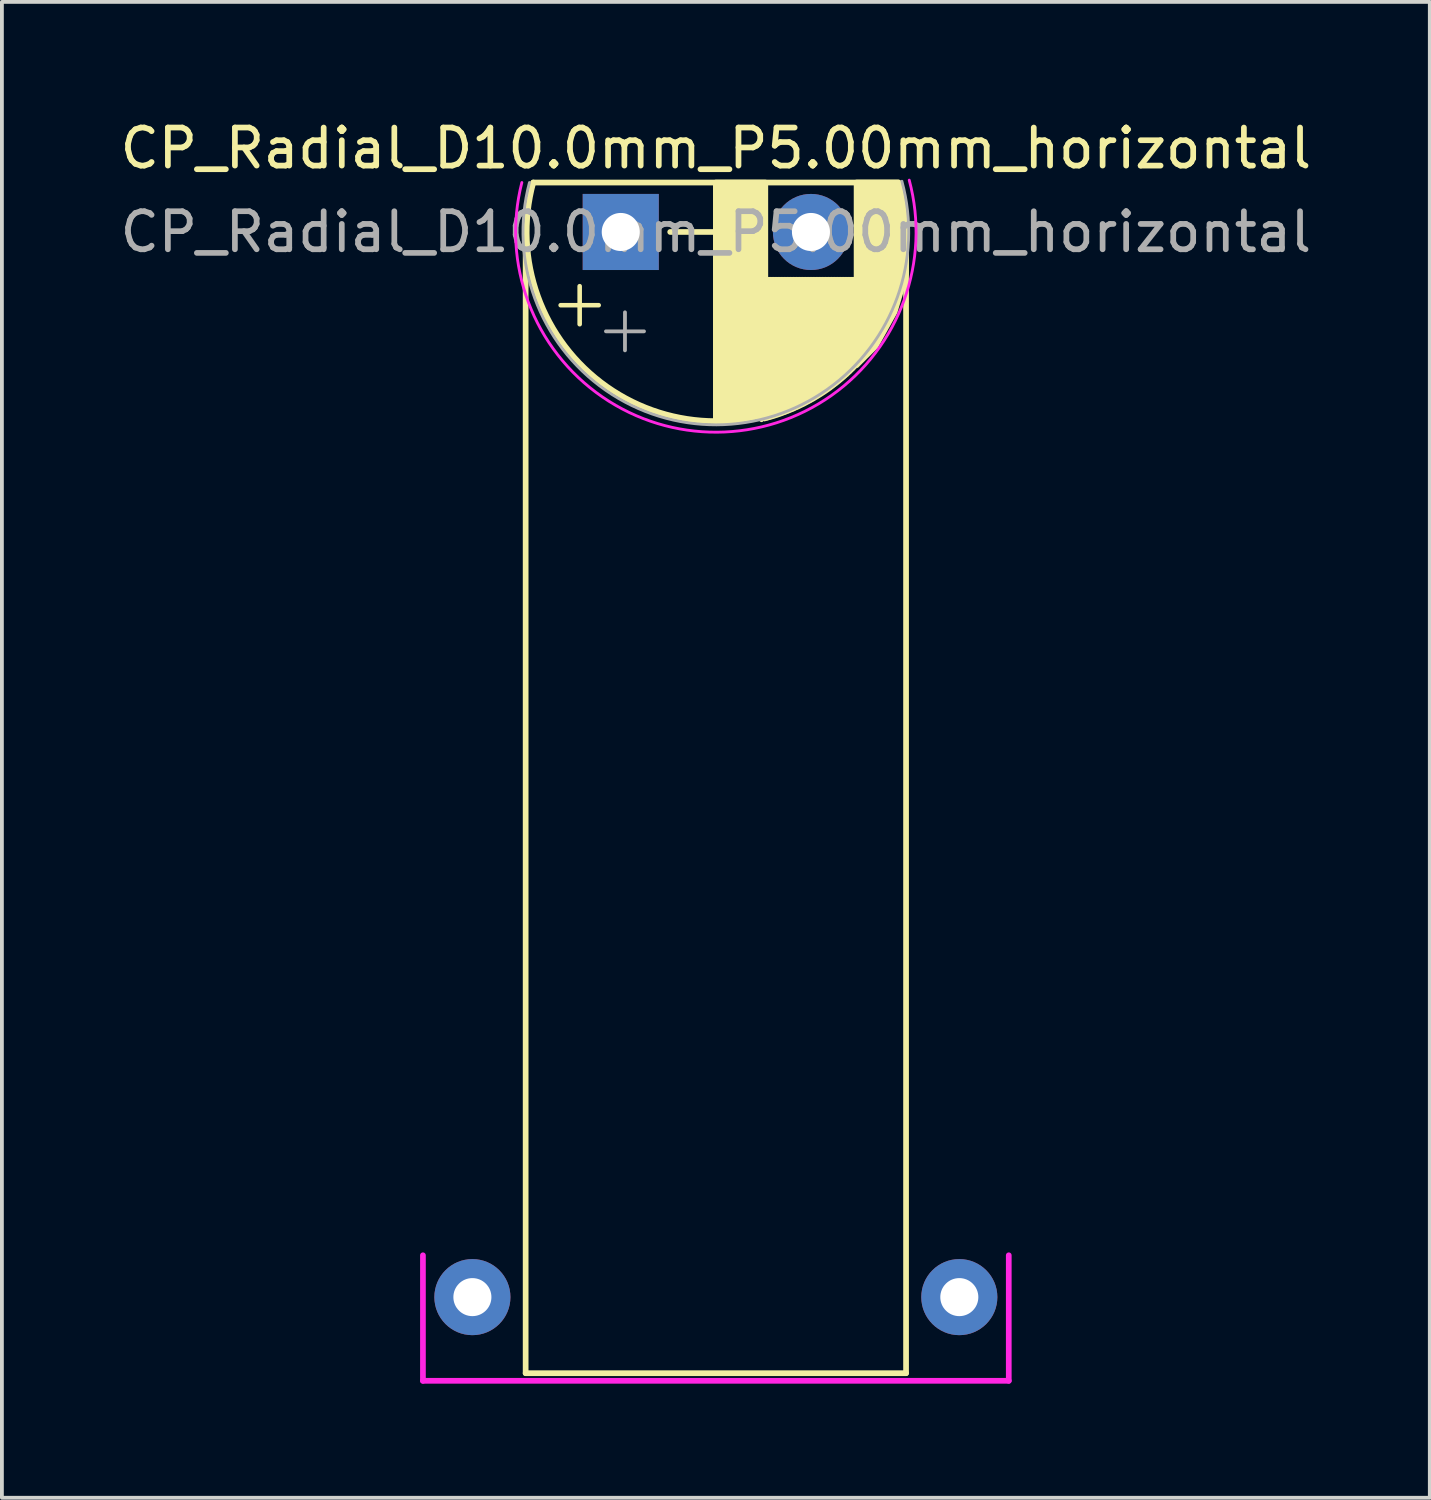
<source format=kicad_pcb>
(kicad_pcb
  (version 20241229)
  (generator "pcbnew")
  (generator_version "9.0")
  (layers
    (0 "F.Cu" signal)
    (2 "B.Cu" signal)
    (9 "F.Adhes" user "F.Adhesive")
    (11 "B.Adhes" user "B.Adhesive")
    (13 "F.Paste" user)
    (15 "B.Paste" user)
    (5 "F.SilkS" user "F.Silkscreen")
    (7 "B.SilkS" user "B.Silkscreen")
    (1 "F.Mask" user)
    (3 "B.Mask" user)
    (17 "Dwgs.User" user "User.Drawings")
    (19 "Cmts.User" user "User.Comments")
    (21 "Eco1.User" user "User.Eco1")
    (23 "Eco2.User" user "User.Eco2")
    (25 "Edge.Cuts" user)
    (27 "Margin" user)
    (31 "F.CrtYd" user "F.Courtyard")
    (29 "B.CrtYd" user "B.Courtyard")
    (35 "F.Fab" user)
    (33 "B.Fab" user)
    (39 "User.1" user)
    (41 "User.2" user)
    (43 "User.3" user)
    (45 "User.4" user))
  (footprint "CP_Radial_D10.0mm_P5.00mm_horizontal"
    (layer "F.Cu")
    (at 13.268 3.048)
    (property "Reference" "CP_Radial_D10.0mm_P5.00mm_horizontal" (at 2.5 -2.2 0) (layer "F.SilkS") (effects (font (size 1 1) (thickness 0.15))))
    (attr through_hole)
    (fp_line (start -2.5 0) (end -2.5 30) (stroke (width 0.15) (type solid)) (layer "F.SilkS"))
    (fp_line (start -2.5 30) (end 7.5 30) (stroke (width 0.15) (type solid)) (layer "F.SilkS"))
    (fp_line (start -2.3 -1.3) (end 7.3 -1.3) (stroke (width 0.15) (type solid)) (layer "F.SilkS"))
    (fp_line (start -1.58 1.925) (end -0.58 1.925) (stroke (width 0.12) (type solid)) (layer "F.SilkS"))
    (fp_line (start -1.08 1.425) (end -1.08 2.425) (stroke (width 0.12) (type solid)) (layer "F.SilkS"))
    (fp_line (start 1.3 0) (end 3.7 0) (stroke (width 0.15) (type solid)) (layer "F.SilkS"))
    (fp_line (start 3.7 0) (end 3.701 4.938) (stroke (width 0.12) (type solid)) (layer "F.SilkS"))
    (fp_line (start 3.781 1.241) (end 3.781 4.918) (stroke (width 0.12) (type solid)) (layer "F.SilkS"))
    (fp_line (start 3.821 1.241) (end 3.821 4.907) (stroke (width 0.12) (type solid)) (layer "F.SilkS"))
    (fp_line (start 3.861 1.241) (end 3.861 4.897) (stroke (width 0.12) (type solid)) (layer "F.SilkS"))
    (fp_line (start 3.901 1.241) (end 3.901 4.885) (stroke (width 0.12) (type solid)) (layer "F.SilkS"))
    (fp_line (start 3.941 1.241) (end 3.941 4.874) (stroke (width 0.12) (type solid)) (layer "F.SilkS"))
    (fp_line (start 3.981 1.241) (end 3.981 4.862) (stroke (width 0.12) (type solid)) (layer "F.SilkS"))
    (fp_line (start 4.021 1.241) (end 4.021 4.85) (stroke (width 0.12) (type solid)) (layer "F.SilkS"))
    (fp_line (start 4.061 1.241) (end 4.061 4.837) (stroke (width 0.12) (type solid)) (layer "F.SilkS"))
    (fp_line (start 4.101 1.241) (end 4.101 4.824) (stroke (width 0.12) (type solid)) (layer "F.SilkS"))
    (fp_line (start 4.141 1.241) (end 4.141 4.811) (stroke (width 0.12) (type solid)) (layer "F.SilkS"))
    (fp_line (start 4.181 1.241) (end 4.181 4.797) (stroke (width 0.12) (type solid)) (layer "F.SilkS"))
    (fp_line (start 4.221 1.241) (end 4.221 4.783) (stroke (width 0.12) (type solid)) (layer "F.SilkS"))
    (fp_line (start 4.261 1.241) (end 4.261 4.768) (stroke (width 0.12) (type solid)) (layer "F.SilkS"))
    (fp_line (start 4.301 1.241) (end 4.301 4.754) (stroke (width 0.12) (type solid)) (layer "F.SilkS"))
    (fp_line (start 4.341 1.241) (end 4.341 4.738) (stroke (width 0.12) (type solid)) (layer "F.SilkS"))
    (fp_line (start 4.381 1.241) (end 4.381 4.723) (stroke (width 0.12) (type solid)) (layer "F.SilkS"))
    (fp_line (start 4.421 1.241) (end 4.421 4.707) (stroke (width 0.12) (type solid)) (layer "F.SilkS"))
    (fp_line (start 4.461 1.241) (end 4.461 4.69) (stroke (width 0.12) (type solid)) (layer "F.SilkS"))
    (fp_line (start 4.501 1.241) (end 4.501 4.674) (stroke (width 0.12) (type solid)) (layer "F.SilkS"))
    (fp_line (start 4.541 1.241) (end 4.541 4.657) (stroke (width 0.12) (type solid)) (layer "F.SilkS"))
    (fp_line (start 4.581 1.241) (end 4.581 4.639) (stroke (width 0.12) (type solid)) (layer "F.SilkS"))
    (fp_line (start 4.621 1.241) (end 4.621 4.621) (stroke (width 0.12) (type solid)) (layer "F.SilkS"))
    (fp_line (start 4.661 1.241) (end 4.661 4.603) (stroke (width 0.12) (type solid)) (layer "F.SilkS"))
    (fp_line (start 4.701 1.241) (end 4.701 4.584) (stroke (width 0.12) (type solid)) (layer "F.SilkS"))
    (fp_line (start 4.741 1.241) (end 4.741 4.564) (stroke (width 0.12) (type solid)) (layer "F.SilkS"))
    (fp_line (start 4.781 1.241) (end 4.781 4.545) (stroke (width 0.12) (type solid)) (layer "F.SilkS"))
    (fp_line (start 4.821 1.241) (end 4.821 4.525) (stroke (width 0.12) (type solid)) (layer "F.SilkS"))
    (fp_line (start 4.861 1.241) (end 4.861 4.504) (stroke (width 0.12) (type solid)) (layer "F.SilkS"))
    (fp_line (start 4.901 1.241) (end 4.901 4.483) (stroke (width 0.12) (type solid)) (layer "F.SilkS"))
    (fp_line (start 4.941 1.241) (end 4.941 4.462) (stroke (width 0.12) (type solid)) (layer "F.SilkS"))
    (fp_line (start 4.981 1.241) (end 4.981 4.44) (stroke (width 0.12) (type solid)) (layer "F.SilkS"))
    (fp_line (start 5.021 1.241) (end 5.021 4.417) (stroke (width 0.12) (type solid)) (layer "F.SilkS"))
    (fp_line (start 5.061 1.241) (end 5.061 4.395) (stroke (width 0.12) (type solid)) (layer "F.SilkS"))
    (fp_line (start 5.101 1.241) (end 5.101 4.371) (stroke (width 0.12) (type solid)) (layer "F.SilkS"))
    (fp_line (start 5.141 1.241) (end 5.141 4.347) (stroke (width 0.12) (type solid)) (layer "F.SilkS"))
    (fp_line (start 5.181 1.241) (end 5.181 4.323) (stroke (width 0.12) (type solid)) (layer "F.SilkS"))
    (fp_line (start 5.221 1.241) (end 5.221 4.298) (stroke (width 0.12) (type solid)) (layer "F.SilkS"))
    (fp_line (start 5.261 1.241) (end 5.261 4.273) (stroke (width 0.12) (type solid)) (layer "F.SilkS"))
    (fp_line (start 5.301 1.241) (end 5.301 4.247) (stroke (width 0.12) (type solid)) (layer "F.SilkS"))
    (fp_line (start 5.341 1.241) (end 5.341 4.221) (stroke (width 0.12) (type solid)) (layer "F.SilkS"))
    (fp_line (start 5.381 1.241) (end 5.381 4.194) (stroke (width 0.12) (type solid)) (layer "F.SilkS"))
    (fp_line (start 5.421 1.241) (end 5.421 4.166) (stroke (width 0.12) (type solid)) (layer "F.SilkS"))
    (fp_line (start 5.461 1.241) (end 5.461 4.138) (stroke (width 0.12) (type solid)) (layer "F.SilkS"))
    (fp_line (start 5.501 1.241) (end 5.501 4.11) (stroke (width 0.12) (type solid)) (layer "F.SilkS"))
    (fp_line (start 5.541 1.241) (end 5.541 4.08) (stroke (width 0.12) (type solid)) (layer "F.SilkS"))
    (fp_line (start 5.581 1.241) (end 5.581 4.05) (stroke (width 0.12) (type solid)) (layer "F.SilkS"))
    (fp_line (start 5.621 1.241) (end 5.621 4.02) (stroke (width 0.12) (type solid)) (layer "F.SilkS"))
    (fp_line (start 5.661 1.241) (end 5.661 3.989) (stroke (width 0.12) (type solid)) (layer "F.SilkS"))
    (fp_line (start 5.701 1.241) (end 5.701 3.957) (stroke (width 0.12) (type solid)) (layer "F.SilkS"))
    (fp_line (start 5.741 1.241) (end 5.741 3.925) (stroke (width 0.12) (type solid)) (layer "F.SilkS"))
    (fp_line (start 5.781 1.241) (end 5.781 3.892) (stroke (width 0.12) (type solid)) (layer "F.SilkS"))
    (fp_line (start 5.821 1.241) (end 5.821 3.858) (stroke (width 0.12) (type solid)) (layer "F.SilkS"))
    (fp_line (start 5.861 1.241) (end 5.861 3.824) (stroke (width 0.12) (type solid)) (layer "F.SilkS"))
    (fp_line (start 5.901 1.241) (end 5.901 3.789) (stroke (width 0.12) (type solid)) (layer "F.SilkS"))
    (fp_line (start 5.941 1.241) (end 5.941 3.753) (stroke (width 0.12) (type solid)) (layer "F.SilkS"))
    (fp_line (start 5.981 1.241) (end 5.981 3.716) (stroke (width 0.12) (type solid)) (layer "F.SilkS"))
    (fp_line (start 6.021 1.241) (end 6.021 3.679) (stroke (width 0.12) (type solid)) (layer "F.SilkS"))
    (fp_line (start 6.061 1.241) (end 6.061 3.64) (stroke (width 0.12) (type solid)) (layer "F.SilkS"))
    (fp_line (start 6.101 1.241) (end 6.101 3.601) (stroke (width 0.12) (type solid)) (layer "F.SilkS"))
    (fp_line (start 6.141 1.241) (end 6.141 3.561) (stroke (width 0.12) (type solid)) (layer "F.SilkS"))
    (fp_line (start 6.181 1.241) (end 6.181 3.52) (stroke (width 0.12) (type solid)) (layer "F.SilkS"))
    (fp_line (start 6.221 1.241) (end 6.221 3.478) (stroke (width 0.12) (type solid)) (layer "F.SilkS"))
    (fp_line (start 6.43 -0.01) (end 6.421 3.254) (stroke (width 0.12) (type solid)) (layer "F.SilkS"))
    (fp_line (start 6.45 0) (end 6.461 3.206) (stroke (width 0.12) (type solid)) (layer "F.SilkS"))
    (fp_line (start 6.575 0.025) (end 6.581 3.054) (stroke (width 0.12) (type solid)) (layer "F.SilkS"))
    (fp_line (start 7.5 30) (end 7.5 0) (stroke (width 0.15) (type solid)) (layer "F.SilkS"))
    (fp_arc (start 7.30664 -1.27523) (mid 2.487178 4.97291) (end -2.3 -1.3) (stroke (width 0.15) (type solid)) (layer "F.SilkS"))
    (fp_poly (pts (xy 2.5 -1.3) (xy 2.5 5) (xy 2.8 5) (xy 3.2 4.9) (xy 3.8 4.8) (xy 3.8 -1.3)) (stroke (width 0.15) (type solid)) (fill yes) (layer "F.SilkS"))
    (fp_poly (pts (xy 6.2 3.5) (xy 6.7 3) (xy 7.2 2.1) (xy 7.5 1.1) (xy 7.5 0) (xy 7.4 -0.8) (xy 7.3 -1.3) (xy 6.2 -1.3)) (stroke (width 0.15) (type solid)) (fill yes) (layer "F.SilkS"))
    (fp_line (start -5.2 26.9) (end -5.2 30.2) (stroke (width 0.15) (type solid)) (layer "F.CrtYd"))
    (fp_line (start -5.2 30.2) (end 10.2 30.2) (stroke (width 0.15) (type solid)) (layer "F.CrtYd"))
    (fp_line (start 10.2 30.2) (end 10.2 26.9) (stroke (width 0.15) (type solid)) (layer "F.CrtYd"))
    (fp_arc (start 7.583749 -1.362161) (mid 2.532125 5.26298) (end -2.599999 -1.299999) (stroke (width 0.075) (type solid)) (layer "F.CrtYd"))
    (fp_line (start -0.389 2.612) (end 0.611 2.612) (stroke (width 0.1) (type solid)) (layer "F.Fab"))
    (fp_line (start 0.111 2.112) (end 0.111 3.112) (stroke (width 0.1) (type solid)) (layer "F.Fab"))
    (fp_arc (start 7.391205 -1.332706) (mid 2.516934 5.069488) (end -2.399999 -1.299999) (stroke (width 0.075) (type solid)) (layer "F.Fab"))
    (fp_text user "${REFERENCE}" (at 2.5 0 0) (layer "F.Fab") (effects (font (size 1 1) (thickness 0.15))))
    (pad "1" thru_hole rect (at 0 0) (size 2 2) (drill 1) (layers "*.Cu" "*.Mask"))
    (pad "2" thru_hole circle (at 5 0) (size 2 2) (drill 1) (layers "*.Cu" "*.Mask"))
    (pad "3" thru_hole circle (at -3.9 28) (size 2 2) (drill 1) (layers "*.Cu" "*.Mask"))
    (pad "4" thru_hole circle (at 8.9 28) (size 2 2) (drill 1) (layers "*.Cu" "*.Mask")))
  (gr_rect
    (start -3 -3)
    (end 34.536 36.323)
    (stroke (width 0.1) (type default))
    (fill no)
    (layer "Edge.Cuts")))
</source>
